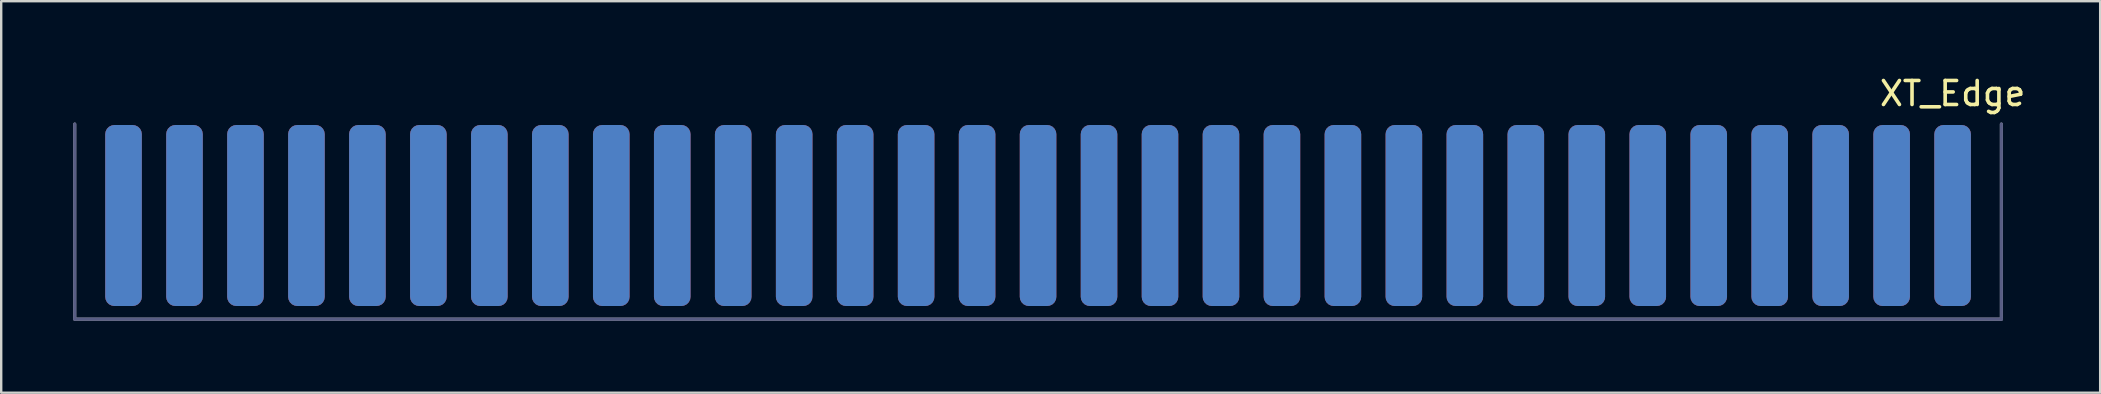
<source format=kicad_pcb>
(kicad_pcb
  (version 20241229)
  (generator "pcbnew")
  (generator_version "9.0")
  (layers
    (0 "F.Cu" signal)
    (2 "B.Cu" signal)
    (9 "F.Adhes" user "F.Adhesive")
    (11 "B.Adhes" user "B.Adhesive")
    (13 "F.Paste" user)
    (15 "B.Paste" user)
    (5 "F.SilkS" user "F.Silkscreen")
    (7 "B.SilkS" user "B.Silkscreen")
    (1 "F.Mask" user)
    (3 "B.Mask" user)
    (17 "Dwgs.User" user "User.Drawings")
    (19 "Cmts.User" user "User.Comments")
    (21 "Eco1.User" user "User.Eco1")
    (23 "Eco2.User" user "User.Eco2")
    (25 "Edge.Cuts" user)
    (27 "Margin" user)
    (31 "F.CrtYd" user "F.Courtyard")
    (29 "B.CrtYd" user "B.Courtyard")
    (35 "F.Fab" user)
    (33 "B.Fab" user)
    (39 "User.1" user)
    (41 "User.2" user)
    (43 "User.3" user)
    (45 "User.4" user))
  (footprint "XT_Edge"
    (layer "F.Cu")
    (at 40.196 5.928)
    (property "Reference" "XT_Edge" (at 38.1 -5.08 0) (layer "F.SilkS") (effects (font (size 1 1) (thickness 0.15))))
    (attr exclude_from_pos_files exclude_from_bom allow_soldermask_bridges)
    (fp_line (start -40.132 4.318) (end -40.132 -3.81) (stroke (width 0.127) (type solid)) (layer "B.Fab"))
    (fp_line (start 40.132 -3.81) (end 40.132 4.318) (stroke (width 0.127) (type solid)) (layer "B.Fab"))
    (fp_line (start 40.132 4.318) (end -40.132 4.318) (stroke (width 0.127) (type solid)) (layer "B.Fab"))
    (fp_line (start -40.132 4.318) (end -40.132 -3.81) (stroke (width 0.127) (type solid)) (layer "F.Fab"))
    (fp_line (start 40.132 -3.81) (end 40.132 4.318) (stroke (width 0.127) (type solid)) (layer "F.Fab"))
    (fp_line (start 40.132 4.318) (end -40.132 4.318) (stroke (width 0.127) (type solid)) (layer "F.Fab"))
    (pad "a1" smd roundrect (at 38.1 0 180) (size 1.524 7.54) (layers "F.Cu" "F.Mask") (roundrect_rratio 0.25))
    (pad "a2" smd roundrect (at 35.56 0 180) (size 1.524 7.54) (layers "F.Cu" "F.Mask") (roundrect_rratio 0.25))
    (pad "a3" smd roundrect (at 33.02 0 180) (size 1.524 7.54) (layers "F.Cu" "F.Mask") (roundrect_rratio 0.25))
    (pad "a4" smd roundrect (at 30.48 0 180) (size 1.524 7.54) (layers "F.Cu" "F.Mask") (roundrect_rratio 0.25))
    (pad "a5" smd roundrect (at 27.94 0 180) (size 1.524 7.54) (layers "F.Cu" "F.Mask") (roundrect_rratio 0.25))
    (pad "a6" smd roundrect (at 25.4 0 180) (size 1.524 7.54) (layers "F.Cu" "F.Mask") (roundrect_rratio 0.25))
    (pad "a7" smd roundrect (at 22.86 0 180) (size 1.524 7.54) (layers "F.Cu" "F.Mask") (roundrect_rratio 0.25))
    (pad "a8" smd roundrect (at 20.32 0 180) (size 1.524 7.54) (layers "F.Cu" "F.Mask") (roundrect_rratio 0.25))
    (pad "a9" smd roundrect (at 17.78 0 180) (size 1.524 7.54) (layers "F.Cu" "F.Mask") (roundrect_rratio 0.25))
    (pad "a10" smd roundrect (at 15.24 0 180) (size 1.524 7.54) (layers "F.Cu" "F.Mask") (roundrect_rratio 0.25))
    (pad "a11" smd roundrect (at 12.7 0 180) (size 1.524 7.54) (layers "F.Cu" "F.Mask") (roundrect_rratio 0.25))
    (pad "a12" smd roundrect (at 10.16 0 180) (size 1.524 7.54) (layers "F.Cu" "F.Mask") (roundrect_rratio 0.25))
    (pad "a13" smd roundrect (at 7.62 0 180) (size 1.524 7.54) (layers "F.Cu" "F.Mask") (roundrect_rratio 0.25))
    (pad "a14" smd roundrect (at 5.08 0 180) (size 1.524 7.54) (layers "F.Cu" "F.Mask") (roundrect_rratio 0.25))
    (pad "a15" smd roundrect (at 2.54 0 180) (size 1.524 7.54) (layers "F.Cu" "F.Mask") (roundrect_rratio 0.25))
    (pad "a16" smd roundrect (at 0 0 180) (size 1.524 7.54) (layers "F.Cu" "F.Mask") (roundrect_rratio 0.25))
    (pad "a17" smd roundrect (at -2.54 0 180) (size 1.524 7.54) (layers "F.Cu" "F.Mask") (roundrect_rratio 0.25))
    (pad "a18" smd roundrect (at -5.08 0 180) (size 1.524 7.54) (layers "F.Cu" "F.Mask") (roundrect_rratio 0.25))
    (pad "a19" smd roundrect (at -7.62 0 180) (size 1.524 7.54) (layers "F.Cu" "F.Mask") (roundrect_rratio 0.25))
    (pad "a20" smd roundrect (at -10.16 0 180) (size 1.524 7.54) (layers "F.Cu" "F.Mask") (roundrect_rratio 0.25))
    (pad "a21" smd roundrect (at -12.7 0 180) (size 1.524 7.54) (layers "F.Cu" "F.Mask") (roundrect_rratio 0.25))
    (pad "a22" smd roundrect (at -15.24 0 180) (size 1.524 7.54) (layers "F.Cu" "F.Mask") (roundrect_rratio 0.25))
    (pad "a23" smd roundrect (at -17.78 0 180) (size 1.524 7.54) (layers "F.Cu" "F.Mask") (roundrect_rratio 0.25))
    (pad "a24" smd roundrect (at -20.32 0 180) (size 1.524 7.54) (layers "F.Cu" "F.Mask") (roundrect_rratio 0.25))
    (pad "a25" smd roundrect (at -22.86 0 180) (size 1.524 7.54) (layers "F.Cu" "F.Mask") (roundrect_rratio 0.25))
    (pad "a26" smd roundrect (at -25.4 0 180) (size 1.524 7.54) (layers "F.Cu" "F.Mask") (roundrect_rratio 0.25))
    (pad "a27" smd roundrect (at -27.94 0 180) (size 1.524 7.54) (layers "F.Cu" "F.Mask") (roundrect_rratio 0.25))
    (pad "a28" smd roundrect (at -30.48 0 180) (size 1.524 7.54) (layers "F.Cu" "F.Mask") (roundrect_rratio 0.25))
    (pad "a29" smd roundrect (at -33.02 0 180) (size 1.524 7.54) (layers "F.Cu" "F.Mask") (roundrect_rratio 0.25))
    (pad "a30" smd roundrect (at -35.56 0 180) (size 1.524 7.54) (layers "F.Cu" "F.Mask") (roundrect_rratio 0.25))
    (pad "a31" smd roundrect (at -38.1 0 180) (size 1.524 7.54) (layers "F.Cu" "F.Mask") (roundrect_rratio 0.25))
    (pad "b1" smd roundrect (at 38.1 0 180) (size 1.524 7.54) (layers "B.Cu" "B.Mask") (roundrect_rratio 0.25))
    (pad "b2" smd roundrect (at 35.56 0 180) (size 1.524 7.54) (layers "B.Cu" "B.Mask") (roundrect_rratio 0.25))
    (pad "b3" smd roundrect (at 33.02 0 180) (size 1.524 7.54) (layers "B.Cu" "B.Mask") (roundrect_rratio 0.25))
    (pad "b4" smd roundrect (at 30.48 0 180) (size 1.524 7.54) (layers "B.Cu" "B.Mask") (roundrect_rratio 0.25))
    (pad "b5" smd roundrect (at 27.94 0 180) (size 1.524 7.54) (layers "B.Cu" "B.Mask") (roundrect_rratio 0.25))
    (pad "b6" smd roundrect (at 25.4 0 180) (size 1.524 7.54) (layers "B.Cu" "B.Mask") (roundrect_rratio 0.25))
    (pad "b7" smd roundrect (at 22.86 0 180) (size 1.524 7.54) (layers "B.Cu" "B.Mask") (roundrect_rratio 0.25))
    (pad "b8" smd roundrect (at 20.32 0 180) (size 1.524 7.54) (layers "B.Cu" "B.Mask") (roundrect_rratio 0.25))
    (pad "b9" smd roundrect (at 17.78 0 180) (size 1.524 7.54) (layers "B.Cu" "B.Mask") (roundrect_rratio 0.25))
    (pad "b10" smd roundrect (at 15.24 0 180) (size 1.524 7.54) (layers "B.Cu" "B.Mask") (roundrect_rratio 0.25))
    (pad "b11" smd roundrect (at 12.7 0 180) (size 1.524 7.54) (layers "B.Cu" "B.Mask") (roundrect_rratio 0.25))
    (pad "b12" smd roundrect (at 10.16 0 180) (size 1.524 7.54) (layers "B.Cu" "B.Mask") (roundrect_rratio 0.25))
    (pad "b13" smd roundrect (at 7.62 0 180) (size 1.524 7.54) (layers "B.Cu" "B.Mask") (roundrect_rratio 0.25))
    (pad "b14" smd roundrect (at 5.08 0 180) (size 1.524 7.54) (layers "B.Cu" "B.Mask") (roundrect_rratio 0.25))
    (pad "b15" smd roundrect (at 2.54 0 180) (size 1.524 7.54) (layers "B.Cu" "B.Mask") (roundrect_rratio 0.25))
    (pad "b16" smd roundrect (at 0 0 180) (size 1.524 7.54) (layers "B.Cu" "B.Mask") (roundrect_rratio 0.25))
    (pad "b17" smd roundrect (at -2.54 0 180) (size 1.524 7.54) (layers "B.Cu" "B.Mask") (roundrect_rratio 0.25))
    (pad "b18" smd roundrect (at -5.08 0 180) (size 1.524 7.54) (layers "B.Cu" "B.Mask") (roundrect_rratio 0.25))
    (pad "b19" smd roundrect (at -7.62 0 180) (size 1.524 7.54) (layers "B.Cu" "B.Mask") (roundrect_rratio 0.25))
    (pad "b20" smd roundrect (at -10.16 0 180) (size 1.524 7.54) (layers "B.Cu" "B.Mask") (roundrect_rratio 0.25))
    (pad "b21" smd roundrect (at -12.7 0 180) (size 1.524 7.54) (layers "B.Cu" "B.Mask") (roundrect_rratio 0.25))
    (pad "b22" smd roundrect (at -15.24 0 180) (size 1.524 7.54) (layers "B.Cu" "B.Mask") (roundrect_rratio 0.25))
    (pad "b23" smd roundrect (at -17.78 0 180) (size 1.524 7.54) (layers "B.Cu" "B.Mask") (roundrect_rratio 0.25))
    (pad "b24" smd roundrect (at -20.32 0 180) (size 1.524 7.54) (layers "B.Cu" "B.Mask") (roundrect_rratio 0.25))
    (pad "b25" smd roundrect (at -22.86 0 180) (size 1.524 7.54) (layers "B.Cu" "B.Mask") (roundrect_rratio 0.25))
    (pad "b26" smd roundrect (at -25.4 0 180) (size 1.524 7.54) (layers "B.Cu" "B.Mask") (roundrect_rratio 0.25))
    (pad "b27" smd roundrect (at -27.94 0 180) (size 1.524 7.54) (layers "B.Cu" "B.Mask") (roundrect_rratio 0.25))
    (pad "b28" smd roundrect (at -30.48 0 180) (size 1.524 7.54) (layers "B.Cu" "B.Mask") (roundrect_rratio 0.25))
    (pad "b29" smd roundrect (at -33.02 0 180) (size 1.524 7.54) (layers "B.Cu" "B.Mask") (roundrect_rratio 0.25))
    (pad "b30" smd roundrect (at -35.56 0 180) (size 1.524 7.54) (layers "B.Cu" "B.Mask") (roundrect_rratio 0.25))
    (pad "b31" smd roundrect (at -38.1 0 180) (size 1.524 7.54) (layers "B.Cu" "B.Mask") (roundrect_rratio 0.25)))
  (gr_rect
    (start -3 -3)
    (end 84.444 13.31)
    (stroke (width 0.1) (type default))
    (fill no)
    (layer "Edge.Cuts")))
</source>
